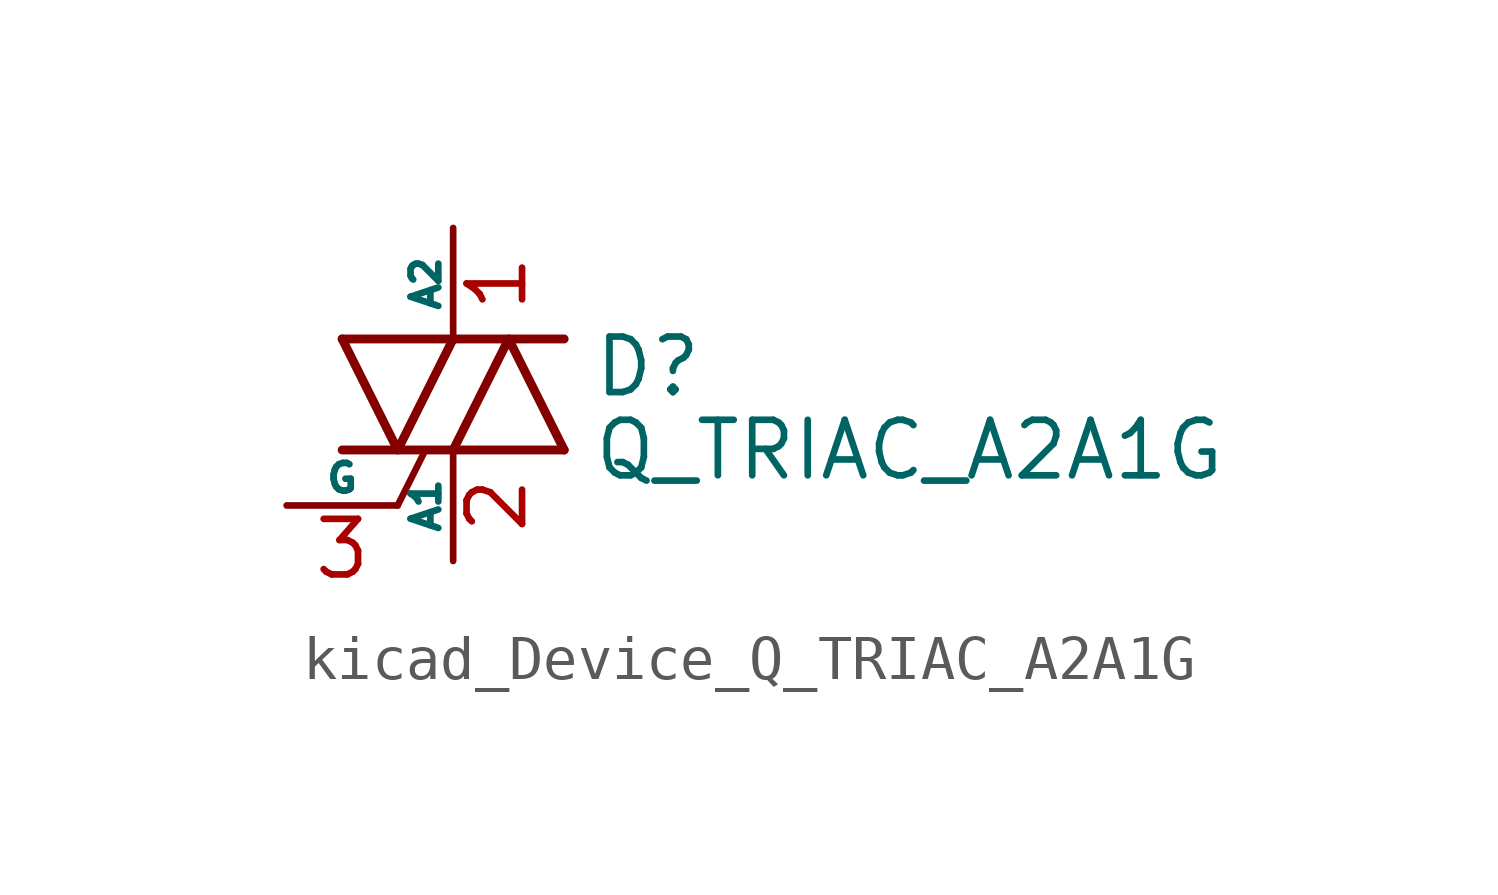
<source format=kicad_sym>
(kicad_symbol_lib
  (version 20220914)
  (generator kicad_symbol_editor)
  (symbol "kicad_Device_Q_TRIAC_A2A1G"
    (pin_names
      (offset 0))
    (property "Reference" "D"
      (at 3.175 0.635 0)
      (effects (font (size 1.27 1.27)) (justify left)))
    (property "Value" "Q_TRIAC_A2A1G"
      (at 3.175 -1.27 0)
      (effects (font (size 1.27 1.27)) (justify left)))
    (symbol "kicad_Device_Q_TRIAC_A2A1G_0_1"
      (polyline (pts (xy -2.54 -1.27) (xy 2.54 -1.27)) (stroke (width 0.203) (type default)) (fill (type none)))
      (polyline (pts (xy -2.54 1.27) (xy 2.54 1.27)) (stroke (width 0.203) (type default)) (fill (type none)))
      (polyline (pts (xy -1.27 -2.54) (xy -0.635 -1.27)) (stroke (width 0) (type default)) (fill (type none)))
      (polyline (pts (xy -2.54 1.27) (xy -1.27 -1.27) (xy 0 1.27)) (stroke (width 0.203) (type default)) (fill (type none)))
      (polyline (pts (xy 0 -1.27) (xy 1.27 1.27) (xy 2.54 -1.27)) (stroke (width 0.203) (type default)) (fill (type none))))
    (symbol "kicad_Device_Q_TRIAC_A2A1G_1_1"
      (pin passive line (at 0 3.81 270) (length 2.54) (name "A2" (effects (font (size 0.635 0.635)))) (number "1" (effects (font (size 1.27 1.27)))))
      (pin passive line (at 0 -3.81 90) (length 2.54) (name "A1" (effects (font (size 0.635 0.635)))) (number "2" (effects (font (size 1.27 1.27)))))
      (pin input line (at -3.81 -2.54 0) (length 2.54) (name "G" (effects (font (size 0.635 0.635)))) (number "3" (effects (font (size 1.27 1.27))))))))
</source>
